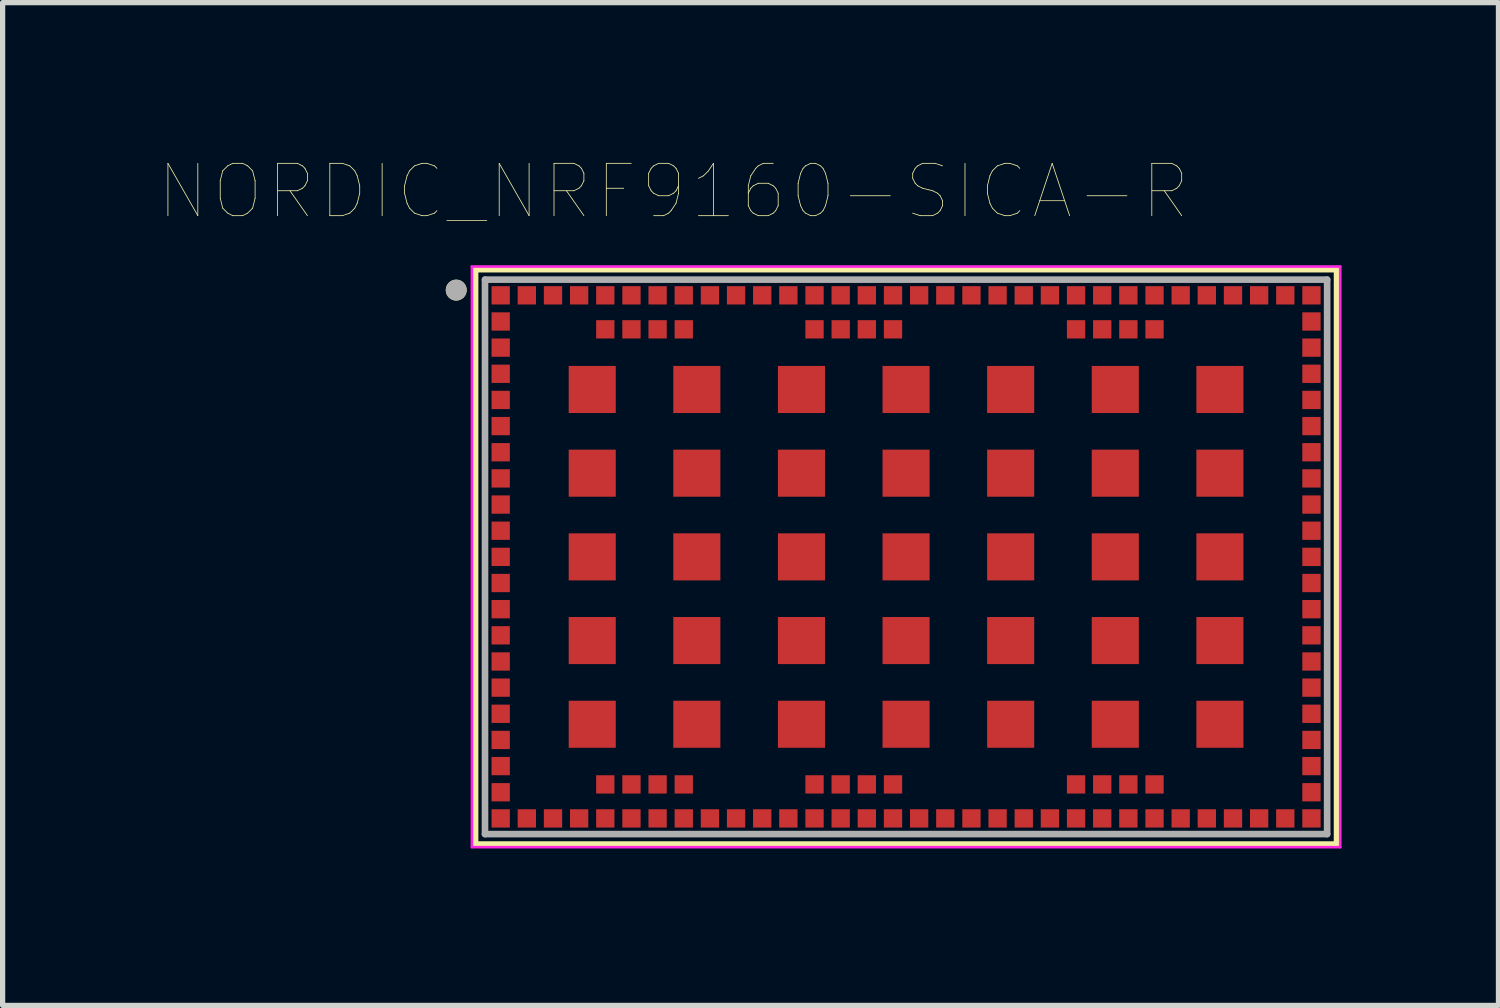
<source format=kicad_pcb>
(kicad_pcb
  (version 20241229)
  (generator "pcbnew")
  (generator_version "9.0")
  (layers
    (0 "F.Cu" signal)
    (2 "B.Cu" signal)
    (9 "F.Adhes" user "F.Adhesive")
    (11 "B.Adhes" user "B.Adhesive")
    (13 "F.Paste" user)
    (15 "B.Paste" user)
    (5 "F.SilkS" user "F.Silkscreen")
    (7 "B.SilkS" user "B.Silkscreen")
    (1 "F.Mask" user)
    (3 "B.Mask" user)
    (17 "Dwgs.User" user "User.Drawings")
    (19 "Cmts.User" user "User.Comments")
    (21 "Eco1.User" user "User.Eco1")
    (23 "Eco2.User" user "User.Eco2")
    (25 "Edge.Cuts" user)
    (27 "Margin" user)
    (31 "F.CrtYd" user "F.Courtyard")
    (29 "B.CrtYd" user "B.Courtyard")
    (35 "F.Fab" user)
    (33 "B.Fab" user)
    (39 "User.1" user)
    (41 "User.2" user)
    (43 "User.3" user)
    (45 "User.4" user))
  (footprint "NORDIC_NRF9160-SICA-R"
    (layer "F.Cu")
    (at 14.272 7.596)
    (property "Reference" "NORDIC_NRF9160-SICA-R" (at -4.445 -6.985 0) (layer "F.SilkS") (effects (font (size 1 1) (thickness 0.015))))
    (attr through_hole)
    (fp_line (start -8.24 -5.5) (end 8.24 -5.5) (stroke (width 0.127) (type solid)) (layer "F.SilkS"))
    (fp_line (start -8.24 5.5) (end -8.24 -5.5) (stroke (width 0.127) (type solid)) (layer "F.SilkS"))
    (fp_line (start 8.24 -5.5) (end 8.24 5.5) (stroke (width 0.127) (type solid)) (layer "F.SilkS"))
    (fp_line (start 8.24 5.5) (end -8.24 5.5) (stroke (width 0.127) (type solid)) (layer "F.SilkS"))
    (fp_circle (center -8.6 -5.1) (end -8.5 -5.1) (stroke (width 0.2) (type solid)) (fill no) (layer "F.SilkS"))
    (fp_line (start -8.3 -5.55) (end 8.3 -5.55) (stroke (width 0.05) (type solid)) (layer "F.CrtYd"))
    (fp_line (start -8.3 5.55) (end -8.3 -5.55) (stroke (width 0.05) (type solid)) (layer "F.CrtYd"))
    (fp_line (start 8.3 -5.55) (end 8.3 5.55) (stroke (width 0.05) (type solid)) (layer "F.CrtYd"))
    (fp_line (start 8.3 5.55) (end -8.3 5.55) (stroke (width 0.05) (type solid)) (layer "F.CrtYd"))
    (fp_line (start -8.05 -5.3) (end 8.05 -5.3) (stroke (width 0.127) (type solid)) (layer "F.Fab"))
    (fp_line (start -8.05 5.3) (end -8.05 -5.3) (stroke (width 0.127) (type solid)) (layer "F.Fab"))
    (fp_line (start 8.05 -5.3) (end 8.05 5.3) (stroke (width 0.127) (type solid)) (layer "F.Fab"))
    (fp_line (start 8.05 5.3) (end -8.05 5.3) (stroke (width 0.127) (type solid)) (layer "F.Fab"))
    (fp_circle (center -8.6 -5.1) (end -8.5 -5.1) (stroke (width 0.2) (type solid)) (fill no) (layer "F.Fab"))
    (pad "1" smd rect (at -7.75 -5) (size 0.35 0.35) (layers "F.Cu" "F.Mask" "F.Paste"))
    (pad "2" smd rect (at -7.75 -4.5) (size 0.35 0.35) (layers "F.Cu" "F.Mask" "F.Paste"))
    (pad "3" smd rect (at -7.75 -4) (size 0.35 0.35) (layers "F.Cu" "F.Mask" "F.Paste"))
    (pad "4" smd rect (at -7.75 -3.5) (size 0.35 0.35) (layers "F.Cu" "F.Mask" "F.Paste"))
    (pad "5" smd rect (at -7.75 -3) (size 0.35 0.35) (layers "F.Cu" "F.Mask" "F.Paste"))
    (pad "6" smd rect (at -7.75 -2.5) (size 0.35 0.35) (layers "F.Cu" "F.Mask" "F.Paste"))
    (pad "7" smd rect (at -7.75 -2) (size 0.35 0.35) (layers "F.Cu" "F.Mask" "F.Paste"))
    (pad "8" smd rect (at -7.75 -1.5) (size 0.35 0.35) (layers "F.Cu" "F.Mask" "F.Paste"))
    (pad "9" smd rect (at -7.75 -1) (size 0.35 0.35) (layers "F.Cu" "F.Mask" "F.Paste"))
    (pad "10" smd rect (at -7.75 -0.5) (size 0.35 0.35) (layers "F.Cu" "F.Mask" "F.Paste"))
    (pad "11" smd rect (at -7.75 0) (size 0.35 0.35) (layers "F.Cu" "F.Mask" "F.Paste"))
    (pad "12" smd rect (at -7.75 0.5) (size 0.35 0.35) (layers "F.Cu" "F.Mask" "F.Paste"))
    (pad "13" smd rect (at -7.75 1) (size 0.35 0.35) (layers "F.Cu" "F.Mask" "F.Paste"))
    (pad "14" smd rect (at -7.75 1.5) (size 0.35 0.35) (layers "F.Cu" "F.Mask" "F.Paste"))
    (pad "15" smd rect (at -7.75 2) (size 0.35 0.35) (layers "F.Cu" "F.Mask" "F.Paste"))
    (pad "16" smd rect (at -7.75 2.5) (size 0.35 0.35) (layers "F.Cu" "F.Mask" "F.Paste"))
    (pad "17" smd rect (at -7.75 3) (size 0.35 0.35) (layers "F.Cu" "F.Mask" "F.Paste"))
    (pad "18" smd rect (at -7.75 3.5) (size 0.35 0.35) (layers "F.Cu" "F.Mask" "F.Paste"))
    (pad "19" smd rect (at -7.75 4) (size 0.35 0.35) (layers "F.Cu" "F.Mask" "F.Paste"))
    (pad "20" smd rect (at -7.75 4.5) (size 0.35 0.35) (layers "F.Cu" "F.Mask" "F.Paste"))
    (pad "21" smd rect (at -7.75 5) (size 0.35 0.35) (layers "F.Cu" "F.Mask" "F.Paste"))
    (pad "22" smd rect (at -7.25 5) (size 0.35 0.35) (layers "F.Cu" "F.Mask" "F.Paste"))
    (pad "23" smd rect (at -6.75 5) (size 0.35 0.35) (layers "F.Cu" "F.Mask" "F.Paste"))
    (pad "24" smd rect (at -6.25 5) (size 0.35 0.35) (layers "F.Cu" "F.Mask" "F.Paste"))
    (pad "25" smd rect (at -5.75 5) (size 0.35 0.35) (layers "F.Cu" "F.Mask" "F.Paste"))
    (pad "26" smd rect (at -5.25 5) (size 0.35 0.35) (layers "F.Cu" "F.Mask" "F.Paste"))
    (pad "27" smd rect (at -4.75 5) (size 0.35 0.35) (layers "F.Cu" "F.Mask" "F.Paste"))
    (pad "28" smd rect (at -4.25 5) (size 0.35 0.35) (layers "F.Cu" "F.Mask" "F.Paste"))
    (pad "29" smd rect (at -3.75 5) (size 0.35 0.35) (layers "F.Cu" "F.Mask" "F.Paste"))
    (pad "30" smd rect (at -3.25 5) (size 0.35 0.35) (layers "F.Cu" "F.Mask" "F.Paste"))
    (pad "31" smd rect (at -2.75 5) (size 0.35 0.35) (layers "F.Cu" "F.Mask" "F.Paste"))
    (pad "32" smd rect (at -2.25 5) (size 0.35 0.35) (layers "F.Cu" "F.Mask" "F.Paste"))
    (pad "33" smd rect (at -1.75 5) (size 0.35 0.35) (layers "F.Cu" "F.Mask" "F.Paste"))
    (pad "34" smd rect (at -1.25 5) (size 0.35 0.35) (layers "F.Cu" "F.Mask" "F.Paste"))
    (pad "35" smd rect (at -0.75 5) (size 0.35 0.35) (layers "F.Cu" "F.Mask" "F.Paste"))
    (pad "36" smd rect (at -0.25 5) (size 0.35 0.35) (layers "F.Cu" "F.Mask" "F.Paste"))
    (pad "37" smd rect (at 0.25 5) (size 0.35 0.35) (layers "F.Cu" "F.Mask" "F.Paste"))
    (pad "38" smd rect (at 0.75 5) (size 0.35 0.35) (layers "F.Cu" "F.Mask" "F.Paste"))
    (pad "39" smd rect (at 1.25 5) (size 0.35 0.35) (layers "F.Cu" "F.Mask" "F.Paste"))
    (pad "40" smd rect (at 1.75 5) (size 0.35 0.35) (layers "F.Cu" "F.Mask" "F.Paste"))
    (pad "41" smd rect (at 2.25 5) (size 0.35 0.35) (layers "F.Cu" "F.Mask" "F.Paste"))
    (pad "42" smd rect (at 2.75 5) (size 0.35 0.35) (layers "F.Cu" "F.Mask" "F.Paste"))
    (pad "43" smd rect (at 3.25 5) (size 0.35 0.35) (layers "F.Cu" "F.Mask" "F.Paste"))
    (pad "44" smd rect (at 3.75 5) (size 0.35 0.35) (layers "F.Cu" "F.Mask" "F.Paste"))
    (pad "45" smd rect (at 4.25 5) (size 0.35 0.35) (layers "F.Cu" "F.Mask" "F.Paste"))
    (pad "46" smd rect (at 4.75 5) (size 0.35 0.35) (layers "F.Cu" "F.Mask" "F.Paste"))
    (pad "47" smd rect (at 5.25 5) (size 0.35 0.35) (layers "F.Cu" "F.Mask" "F.Paste"))
    (pad "48" smd rect (at 5.75 5) (size 0.35 0.35) (layers "F.Cu" "F.Mask" "F.Paste"))
    (pad "49" smd rect (at 6.25 5) (size 0.35 0.35) (layers "F.Cu" "F.Mask" "F.Paste"))
    (pad "50" smd rect (at 6.75 5) (size 0.35 0.35) (layers "F.Cu" "F.Mask" "F.Paste"))
    (pad "51" smd rect (at 7.25 5) (size 0.35 0.35) (layers "F.Cu" "F.Mask" "F.Paste"))
    (pad "52" smd rect (at 7.75 5) (size 0.35 0.35) (layers "F.Cu" "F.Mask" "F.Paste"))
    (pad "53" smd rect (at 7.75 4.5) (size 0.35 0.35) (layers "F.Cu" "F.Mask" "F.Paste"))
    (pad "54" smd rect (at 7.75 4) (size 0.35 0.35) (layers "F.Cu" "F.Mask" "F.Paste"))
    (pad "55" smd rect (at 7.75 3.5) (size 0.35 0.35) (layers "F.Cu" "F.Mask" "F.Paste"))
    (pad "56" smd rect (at 7.75 3) (size 0.35 0.35) (layers "F.Cu" "F.Mask" "F.Paste"))
    (pad "57" smd rect (at 7.75 2.5) (size 0.35 0.35) (layers "F.Cu" "F.Mask" "F.Paste"))
    (pad "58" smd rect (at 7.75 2) (size 0.35 0.35) (layers "F.Cu" "F.Mask" "F.Paste"))
    (pad "59" smd rect (at 7.75 1.5) (size 0.35 0.35) (layers "F.Cu" "F.Mask" "F.Paste"))
    (pad "60" smd rect (at 7.75 1) (size 0.35 0.35) (layers "F.Cu" "F.Mask" "F.Paste"))
    (pad "61" smd rect (at 7.75 0.5) (size 0.35 0.35) (layers "F.Cu" "F.Mask" "F.Paste"))
    (pad "62" smd rect (at 7.75 0) (size 0.35 0.35) (layers "F.Cu" "F.Mask" "F.Paste"))
    (pad "63" smd rect (at 7.75 -0.5) (size 0.35 0.35) (layers "F.Cu" "F.Mask" "F.Paste"))
    (pad "64" smd rect (at 7.75 -1) (size 0.35 0.35) (layers "F.Cu" "F.Mask" "F.Paste"))
    (pad "65" smd rect (at 7.75 -1.5) (size 0.35 0.35) (layers "F.Cu" "F.Mask" "F.Paste"))
    (pad "66" smd rect (at 7.75 -2) (size 0.35 0.35) (layers "F.Cu" "F.Mask" "F.Paste"))
    (pad "67" smd rect (at 7.75 -2.5) (size 0.35 0.35) (layers "F.Cu" "F.Mask" "F.Paste"))
    (pad "68" smd rect (at 7.75 -3) (size 0.35 0.35) (layers "F.Cu" "F.Mask" "F.Paste"))
    (pad "69" smd rect (at 7.75 -3.5) (size 0.35 0.35) (layers "F.Cu" "F.Mask" "F.Paste"))
    (pad "70" smd rect (at 7.75 -4) (size 0.35 0.35) (layers "F.Cu" "F.Mask" "F.Paste"))
    (pad "71" smd rect (at 7.75 -4.5) (size 0.35 0.35) (layers "F.Cu" "F.Mask" "F.Paste"))
    (pad "72" smd rect (at 7.75 -5) (size 0.35 0.35) (layers "F.Cu" "F.Mask" "F.Paste"))
    (pad "73" smd rect (at 7.25 -5) (size 0.35 0.35) (layers "F.Cu" "F.Mask" "F.Paste"))
    (pad "74" smd rect (at 6.75 -5) (size 0.35 0.35) (layers "F.Cu" "F.Mask" "F.Paste"))
    (pad "75" smd rect (at 6.25 -5) (size 0.35 0.35) (layers "F.Cu" "F.Mask" "F.Paste"))
    (pad "76" smd rect (at 5.75 -5) (size 0.35 0.35) (layers "F.Cu" "F.Mask" "F.Paste"))
    (pad "77" smd rect (at 5.25 -5) (size 0.35 0.35) (layers "F.Cu" "F.Mask" "F.Paste"))
    (pad "78" smd rect (at 4.75 -5) (size 0.35 0.35) (layers "F.Cu" "F.Mask" "F.Paste"))
    (pad "79" smd rect (at 4.25 -5) (size 0.35 0.35) (layers "F.Cu" "F.Mask" "F.Paste"))
    (pad "80" smd rect (at 3.75 -5) (size 0.35 0.35) (layers "F.Cu" "F.Mask" "F.Paste"))
    (pad "81" smd rect (at 3.25 -5) (size 0.35 0.35) (layers "F.Cu" "F.Mask" "F.Paste"))
    (pad "82" smd rect (at 2.75 -5) (size 0.35 0.35) (layers "F.Cu" "F.Mask" "F.Paste"))
    (pad "83" smd rect (at 2.25 -5) (size 0.35 0.35) (layers "F.Cu" "F.Mask" "F.Paste"))
    (pad "84" smd rect (at 1.75 -5) (size 0.35 0.35) (layers "F.Cu" "F.Mask" "F.Paste"))
    (pad "85" smd rect (at 1.25 -5) (size 0.35 0.35) (layers "F.Cu" "F.Mask" "F.Paste"))
    (pad "86" smd rect (at 0.75 -5) (size 0.35 0.35) (layers "F.Cu" "F.Mask" "F.Paste"))
    (pad "87" smd rect (at 0.25 -5) (size 0.35 0.35) (layers "F.Cu" "F.Mask" "F.Paste"))
    (pad "88" smd rect (at -0.25 -5) (size 0.35 0.35) (layers "F.Cu" "F.Mask" "F.Paste"))
    (pad "89" smd rect (at -0.75 -5) (size 0.35 0.35) (layers "F.Cu" "F.Mask" "F.Paste"))
    (pad "90" smd rect (at -1.25 -5) (size 0.35 0.35) (layers "F.Cu" "F.Mask" "F.Paste"))
    (pad "91" smd rect (at -1.75 -5) (size 0.35 0.35) (layers "F.Cu" "F.Mask" "F.Paste"))
    (pad "92" smd rect (at -2.25 -5) (size 0.35 0.35) (layers "F.Cu" "F.Mask" "F.Paste"))
    (pad "93" smd rect (at -2.75 -5) (size 0.35 0.35) (layers "F.Cu" "F.Mask" "F.Paste"))
    (pad "94" smd rect (at -3.25 -5) (size 0.35 0.35) (layers "F.Cu" "F.Mask" "F.Paste"))
    (pad "95" smd rect (at -3.75 -5) (size 0.35 0.35) (layers "F.Cu" "F.Mask" "F.Paste"))
    (pad "96" smd rect (at -4.25 -5) (size 0.35 0.35) (layers "F.Cu" "F.Mask" "F.Paste"))
    (pad "97" smd rect (at -4.75 -5) (size 0.35 0.35) (layers "F.Cu" "F.Mask" "F.Paste"))
    (pad "98" smd rect (at -5.25 -5) (size 0.35 0.35) (layers "F.Cu" "F.Mask" "F.Paste"))
    (pad "99" smd rect (at -5.75 -5) (size 0.35 0.35) (layers "F.Cu" "F.Mask" "F.Paste"))
    (pad "100" smd rect (at -6.25 -5) (size 0.35 0.35) (layers "F.Cu" "F.Mask" "F.Paste"))
    (pad "101" smd rect (at -6.75 -5) (size 0.35 0.35) (layers "F.Cu" "F.Mask" "F.Paste"))
    (pad "102" smd rect (at -7.25 -5) (size 0.35 0.35) (layers "F.Cu" "F.Mask" "F.Paste"))
    (pad "103_1" smd rect (at -6 -3.2) (size 0.9 0.9) (layers "F.Cu" "F.Mask" "F.Paste"))
    (pad "103_2" smd rect (at -4 -3.2) (size 0.9 0.9) (layers "F.Cu" "F.Mask" "F.Paste"))
    (pad "103_3" smd rect (at -2 -3.2) (size 0.9 0.9) (layers "F.Cu" "F.Mask" "F.Paste"))
    (pad "103_4" smd rect (at 0 -3.2) (size 0.9 0.9) (layers "F.Cu" "F.Mask" "F.Paste"))
    (pad "103_5" smd rect (at 2 -3.2) (size 0.9 0.9) (layers "F.Cu" "F.Mask" "F.Paste"))
    (pad "103_6" smd rect (at 4 -3.2) (size 0.9 0.9) (layers "F.Cu" "F.Mask" "F.Paste"))
    (pad "103_7" smd rect (at 6 -3.2) (size 0.9 0.9) (layers "F.Cu" "F.Mask" "F.Paste"))
    (pad "103_8" smd rect (at -6 -1.6) (size 0.9 0.9) (layers "F.Cu" "F.Mask" "F.Paste"))
    (pad "103_9" smd rect (at -4 -1.6) (size 0.9 0.9) (layers "F.Cu" "F.Mask" "F.Paste"))
    (pad "103_10" smd rect (at -2 -1.6) (size 0.9 0.9) (layers "F.Cu" "F.Mask" "F.Paste"))
    (pad "103_11" smd rect (at 0 -1.6) (size 0.9 0.9) (layers "F.Cu" "F.Mask" "F.Paste"))
    (pad "103_12" smd rect (at 2 -1.6) (size 0.9 0.9) (layers "F.Cu" "F.Mask" "F.Paste"))
    (pad "103_13" smd rect (at 4 -1.6) (size 0.9 0.9) (layers "F.Cu" "F.Mask" "F.Paste"))
    (pad "103_14" smd rect (at 6 -1.6) (size 0.9 0.9) (layers "F.Cu" "F.Mask" "F.Paste"))
    (pad "103_15" smd rect (at -6 0) (size 0.9 0.9) (layers "F.Cu" "F.Mask" "F.Paste"))
    (pad "103_16" smd rect (at -4 0) (size 0.9 0.9) (layers "F.Cu" "F.Mask" "F.Paste"))
    (pad "103_17" smd rect (at -2 0) (size 0.9 0.9) (layers "F.Cu" "F.Mask" "F.Paste"))
    (pad "103_18" smd rect (at 0 0) (size 0.9 0.9) (layers "F.Cu" "F.Mask" "F.Paste"))
    (pad "103_19" smd rect (at 2 0) (size 0.9 0.9) (layers "F.Cu" "F.Mask" "F.Paste"))
    (pad "103_20" smd rect (at 4 0) (size 0.9 0.9) (layers "F.Cu" "F.Mask" "F.Paste"))
    (pad "103_21" smd rect (at 6 0) (size 0.9 0.9) (layers "F.Cu" "F.Mask" "F.Paste"))
    (pad "103_22" smd rect (at -6 1.6) (size 0.9 0.9) (layers "F.Cu" "F.Mask" "F.Paste"))
    (pad "103_23" smd rect (at -4 1.6) (size 0.9 0.9) (layers "F.Cu" "F.Mask" "F.Paste"))
    (pad "103_24" smd rect (at -2 1.6) (size 0.9 0.9) (layers "F.Cu" "F.Mask" "F.Paste"))
    (pad "103_25" smd rect (at 0 1.6) (size 0.9 0.9) (layers "F.Cu" "F.Mask" "F.Paste"))
    (pad "103_26" smd rect (at 2 1.6) (size 0.9 0.9) (layers "F.Cu" "F.Mask" "F.Paste"))
    (pad "103_27" smd rect (at 4 1.6) (size 0.9 0.9) (layers "F.Cu" "F.Mask" "F.Paste"))
    (pad "103_28" smd rect (at 6 1.6) (size 0.9 0.9) (layers "F.Cu" "F.Mask" "F.Paste"))
    (pad "103_29" smd rect (at -6 3.2) (size 0.9 0.9) (layers "F.Cu" "F.Mask" "F.Paste"))
    (pad "103_30" smd rect (at -4 3.2) (size 0.9 0.9) (layers "F.Cu" "F.Mask" "F.Paste"))
    (pad "103_31" smd rect (at -2 3.2) (size 0.9 0.9) (layers "F.Cu" "F.Mask" "F.Paste"))
    (pad "103_32" smd rect (at 0 3.2) (size 0.9 0.9) (layers "F.Cu" "F.Mask" "F.Paste"))
    (pad "103_33" smd rect (at 2 3.2) (size 0.9 0.9) (layers "F.Cu" "F.Mask" "F.Paste"))
    (pad "103_34" smd rect (at 4 3.2) (size 0.9 0.9) (layers "F.Cu" "F.Mask" "F.Paste"))
    (pad "103_35" smd rect (at 6 3.2) (size 0.9 0.9) (layers "F.Cu" "F.Mask" "F.Paste"))
    (pad "104" smd rect (at -5.75 4.35) (size 0.35 0.35) (layers "F.Cu" "F.Mask" "F.Paste"))
    (pad "105" smd rect (at -5.25 4.35) (size 0.35 0.35) (layers "F.Cu" "F.Mask" "F.Paste"))
    (pad "106" smd rect (at -4.75 4.35) (size 0.35 0.35) (layers "F.Cu" "F.Mask" "F.Paste"))
    (pad "107" smd rect (at -4.25 4.35) (size 0.35 0.35) (layers "F.Cu" "F.Mask" "F.Paste"))
    (pad "108" smd rect (at -1.75 4.35) (size 0.35 0.35) (layers "F.Cu" "F.Mask" "F.Paste"))
    (pad "109" smd rect (at -1.25 4.35) (size 0.35 0.35) (layers "F.Cu" "F.Mask" "F.Paste"))
    (pad "110" smd rect (at -0.75 4.35) (size 0.35 0.35) (layers "F.Cu" "F.Mask" "F.Paste"))
    (pad "111" smd rect (at -0.25 4.35) (size 0.35 0.35) (layers "F.Cu" "F.Mask" "F.Paste"))
    (pad "112" smd rect (at 3.25 4.35) (size 0.35 0.35) (layers "F.Cu" "F.Mask" "F.Paste"))
    (pad "113" smd rect (at 3.75 4.35) (size 0.35 0.35) (layers "F.Cu" "F.Mask" "F.Paste"))
    (pad "114" smd rect (at 4.25 4.35) (size 0.35 0.35) (layers "F.Cu" "F.Mask" "F.Paste"))
    (pad "115" smd rect (at 4.75 4.35) (size 0.35 0.35) (layers "F.Cu" "F.Mask" "F.Paste"))
    (pad "116" smd rect (at 4.75 -4.35) (size 0.35 0.35) (layers "F.Cu" "F.Mask" "F.Paste"))
    (pad "117" smd rect (at 4.25 -4.35) (size 0.35 0.35) (layers "F.Cu" "F.Mask" "F.Paste"))
    (pad "118" smd rect (at 3.75 -4.35) (size 0.35 0.35) (layers "F.Cu" "F.Mask" "F.Paste"))
    (pad "119" smd rect (at 3.25 -4.35) (size 0.35 0.35) (layers "F.Cu" "F.Mask" "F.Paste"))
    (pad "120" smd rect (at -0.25 -4.35) (size 0.35 0.35) (layers "F.Cu" "F.Mask" "F.Paste"))
    (pad "121" smd rect (at -0.75 -4.35) (size 0.35 0.35) (layers "F.Cu" "F.Mask" "F.Paste"))
    (pad "122" smd rect (at -1.25 -4.35) (size 0.35 0.35) (layers "F.Cu" "F.Mask" "F.Paste"))
    (pad "123" smd rect (at -1.75 -4.35) (size 0.35 0.35) (layers "F.Cu" "F.Mask" "F.Paste"))
    (pad "124" smd rect (at -4.25 -4.35) (size 0.35 0.35) (layers "F.Cu" "F.Mask" "F.Paste"))
    (pad "125" smd rect (at -4.75 -4.35) (size 0.35 0.35) (layers "F.Cu" "F.Mask" "F.Paste"))
    (pad "126" smd rect (at -5.25 -4.35) (size 0.35 0.35) (layers "F.Cu" "F.Mask" "F.Paste"))
    (pad "127" smd rect (at -5.75 -4.35) (size 0.35 0.35) (layers "F.Cu" "F.Mask" "F.Paste")))
  (gr_rect
    (start -3 -3)
    (end 25.597 16.171)
    (stroke (width 0.1) (type default))
    (fill no)
    (layer "Edge.Cuts")))
</source>
